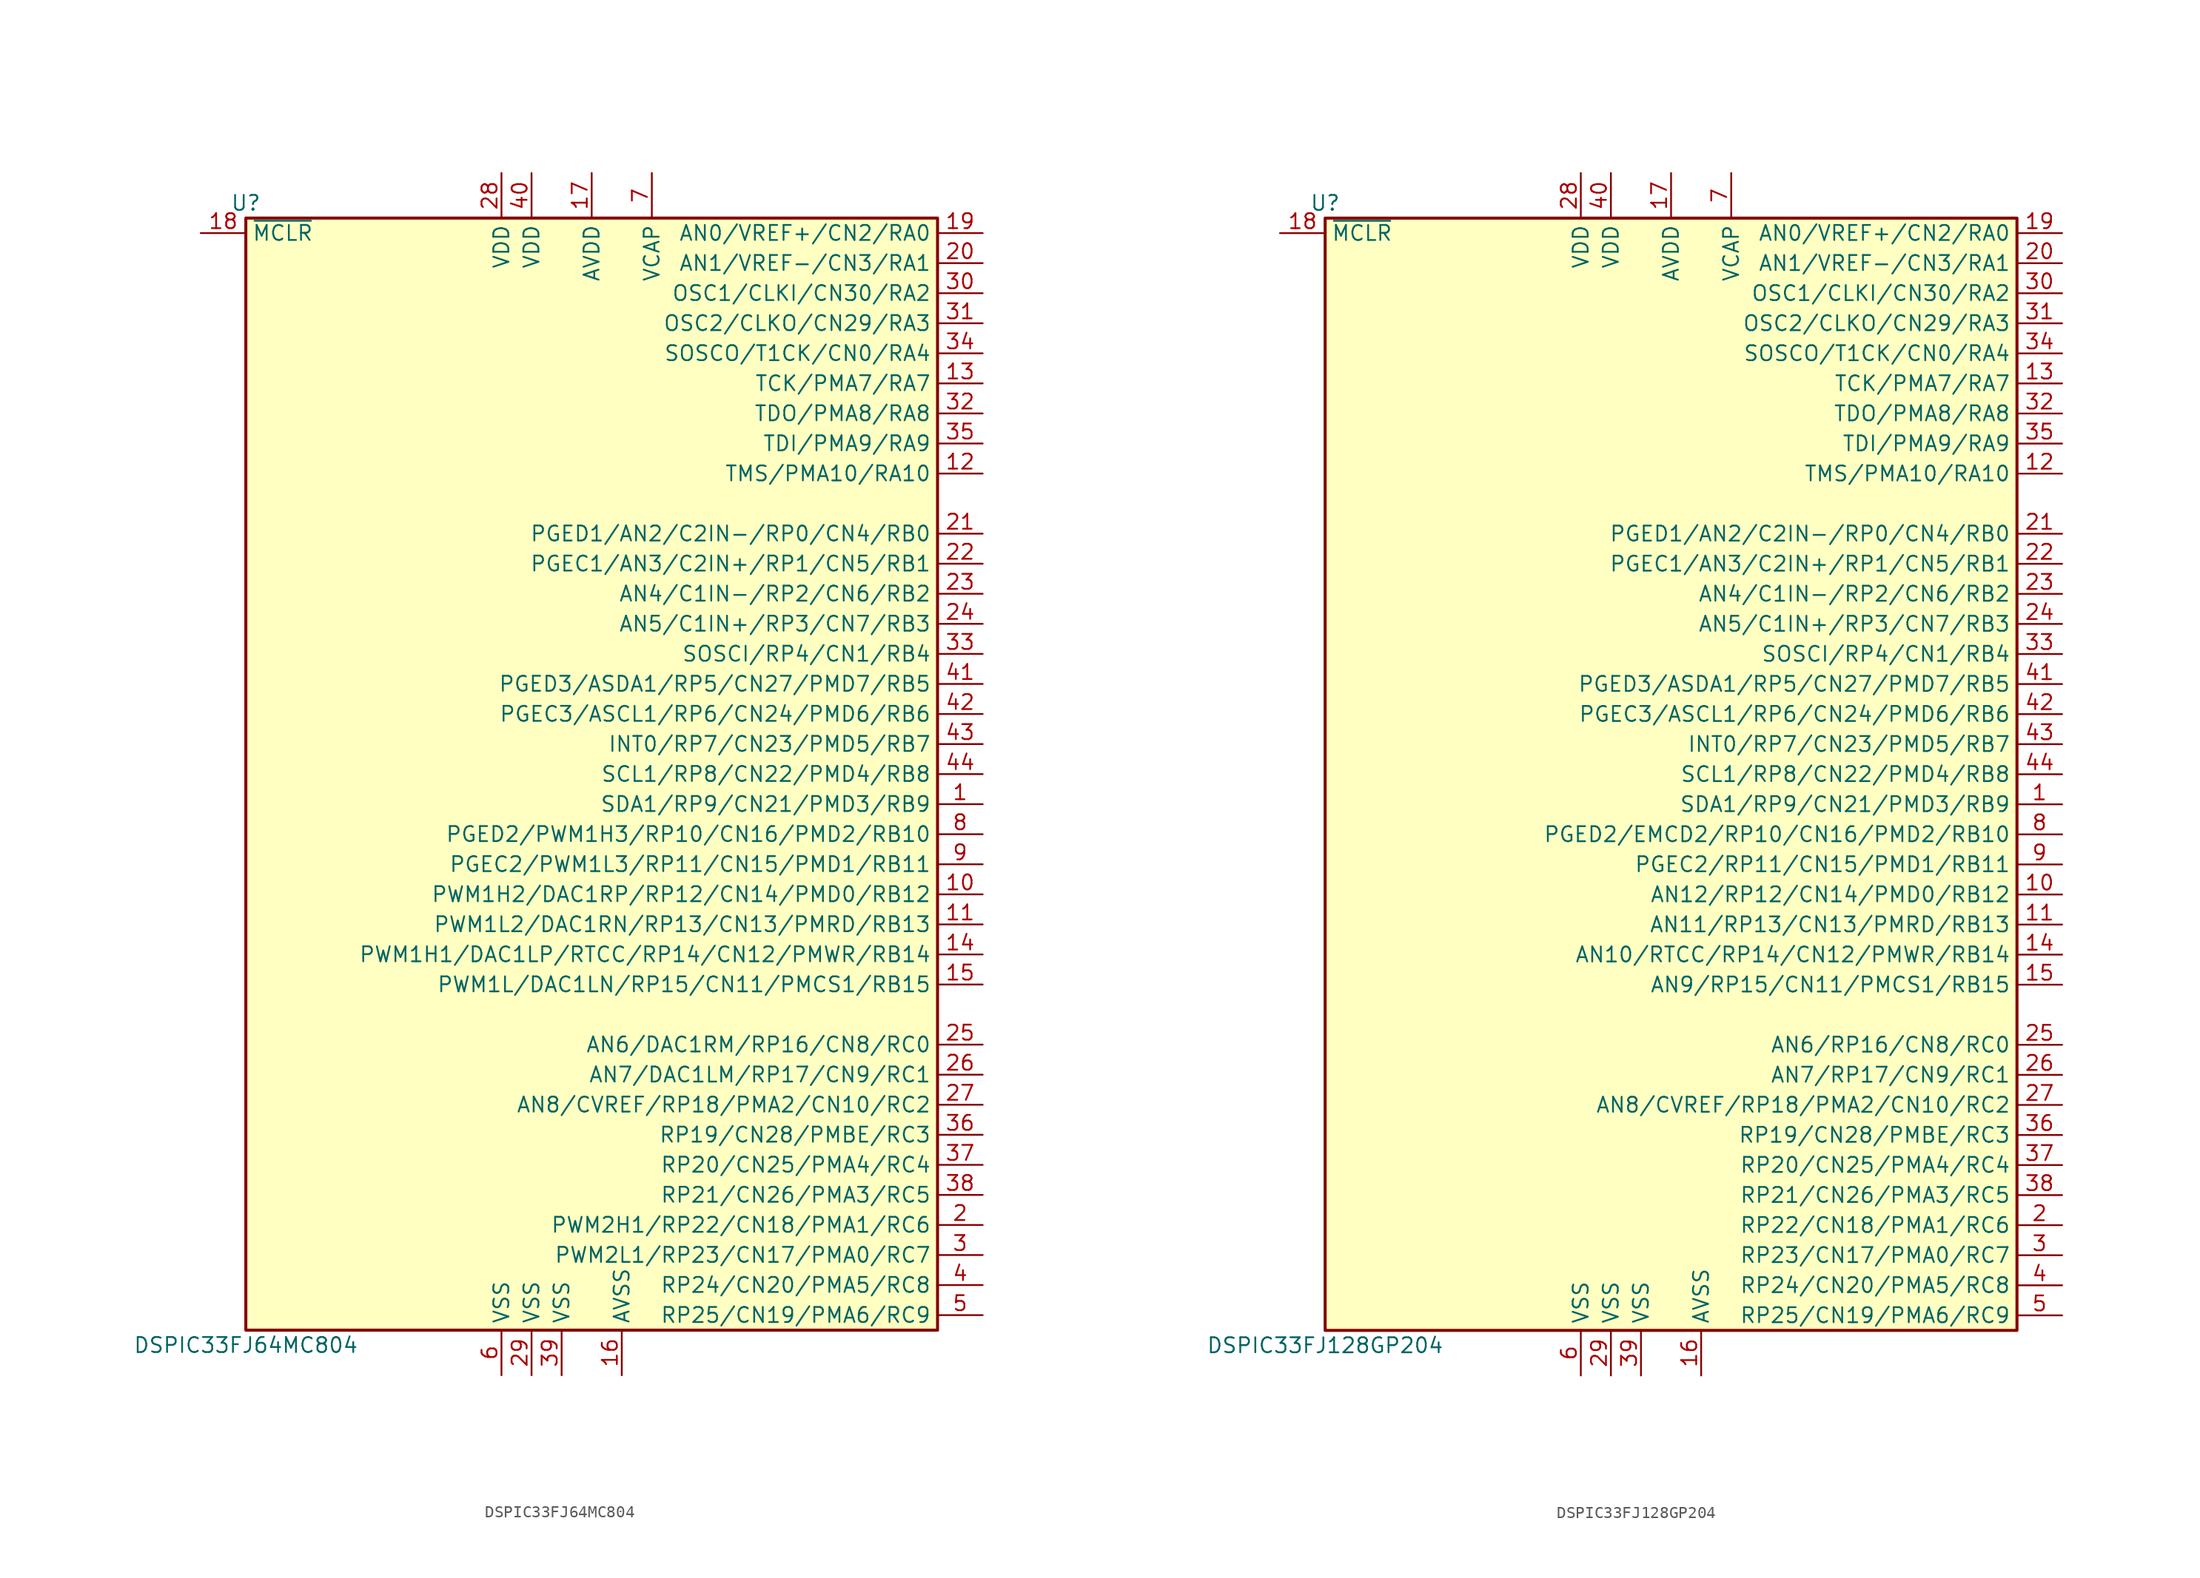
<source format=kicad_sym>
(kicad_symbol_lib
  (version 20211014)
  (generator kicad_symbol_editor)
  (symbol "DSPIC33FJ64MC804"
    (property "Reference" "U"
      (at -29.21 48.26 0)
      (effects (font (size 1.27 1.27))))
    (property "Value" "DSPIC33FJ64MC804"
      (at -29.21 -48.26 0)
      (effects (font (size 1.27 1.27))))
    (symbol "DSPIC33FJ64MC804_1_1"
      (rectangle (start -29.21 46.99) (end 29.21 -46.99) (stroke (width 0.254) (type default) (color 0 0 0 0)) (fill (type background)))
      (pin bidirectional line (at 33.02 -2.54 180) (length 3.81) (name "SDA1/RP9/CN21/PMD3/RB9" (effects (font (size 1.27 1.27)))) (number "1" (effects (font (size 1.27 1.27)))))
      (pin bidirectional line (at 33.02 -10.16 180) (length 3.81) (name "PWM1H2/DAC1RP/RP12/CN14/PMD0/RB12" (effects (font (size 1.27 1.27)))) (number "10" (effects (font (size 1.27 1.27)))))
      (pin bidirectional line (at 33.02 -12.7 180) (length 3.81) (name "PWM1L2/DAC1RN/RP13/CN13/PMRD/RB13" (effects (font (size 1.27 1.27)))) (number "11" (effects (font (size 1.27 1.27)))))
      (pin bidirectional line (at 33.02 25.4 180) (length 3.81) (name "TMS/PMA10/RA10" (effects (font (size 1.27 1.27)))) (number "12" (effects (font (size 1.27 1.27)))))
      (pin bidirectional line (at 33.02 33.02 180) (length 3.81) (name "TCK/PMA7/RA7" (effects (font (size 1.27 1.27)))) (number "13" (effects (font (size 1.27 1.27)))))
      (pin bidirectional line (at 33.02 -15.24 180) (length 3.81) (name "PWM1H1/DAC1LP/RTCC/RP14/CN12/PMWR/RB14" (effects (font (size 1.27 1.27)))) (number "14" (effects (font (size 1.27 1.27)))))
      (pin bidirectional line (at 33.02 -17.78 180) (length 3.81) (name "PWM1L/DAC1LN/RP15/CN11/PMCS1/RB15" (effects (font (size 1.27 1.27)))) (number "15" (effects (font (size 1.27 1.27)))))
      (pin power_in line (at 2.54 -50.8 90) (length 3.81) (name "AVSS" (effects (font (size 1.27 1.27)))) (number "16" (effects (font (size 1.27 1.27)))))
      (pin power_in line (at 0 50.8 270) (length 3.81) (name "AVDD" (effects (font (size 1.27 1.27)))) (number "17" (effects (font (size 1.27 1.27)))))
      (pin input line (at -33.02 45.72 0) (length 3.81) (name "~{MCLR}" (effects (font (size 1.27 1.27)))) (number "18" (effects (font (size 1.27 1.27)))))
      (pin bidirectional line (at 33.02 45.72 180) (length 3.81) (name "AN0/VREF+/CN2/RA0" (effects (font (size 1.27 1.27)))) (number "19" (effects (font (size 1.27 1.27)))))
      (pin bidirectional line (at 33.02 -38.1 180) (length 3.81) (name "PWM2H1/RP22/CN18/PMA1/RC6" (effects (font (size 1.27 1.27)))) (number "2" (effects (font (size 1.27 1.27)))))
      (pin bidirectional line (at 33.02 43.18 180) (length 3.81) (name "AN1/VREF-/CN3/RA1" (effects (font (size 1.27 1.27)))) (number "20" (effects (font (size 1.27 1.27)))))
      (pin bidirectional line (at 33.02 20.32 180) (length 3.81) (name "PGED1/AN2/C2IN-/RP0/CN4/RB0" (effects (font (size 1.27 1.27)))) (number "21" (effects (font (size 1.27 1.27)))))
      (pin bidirectional line (at 33.02 17.78 180) (length 3.81) (name "PGEC1/AN3/C2IN+/RP1/CN5/RB1" (effects (font (size 1.27 1.27)))) (number "22" (effects (font (size 1.27 1.27)))))
      (pin bidirectional line (at 33.02 15.24 180) (length 3.81) (name "AN4/C1IN-/RP2/CN6/RB2" (effects (font (size 1.27 1.27)))) (number "23" (effects (font (size 1.27 1.27)))))
      (pin bidirectional line (at 33.02 12.7 180) (length 3.81) (name "AN5/C1IN+/RP3/CN7/RB3" (effects (font (size 1.27 1.27)))) (number "24" (effects (font (size 1.27 1.27)))))
      (pin bidirectional line (at 33.02 -22.86 180) (length 3.81) (name "AN6/DAC1RM/RP16/CN8/RC0" (effects (font (size 1.27 1.27)))) (number "25" (effects (font (size 1.27 1.27)))))
      (pin bidirectional line (at 33.02 -25.4 180) (length 3.81) (name "AN7/DAC1LM/RP17/CN9/RC1" (effects (font (size 1.27 1.27)))) (number "26" (effects (font (size 1.27 1.27)))))
      (pin bidirectional line (at 33.02 -27.94 180) (length 3.81) (name "AN8/CVREF/RP18/PMA2/CN10/RC2" (effects (font (size 1.27 1.27)))) (number "27" (effects (font (size 1.27 1.27)))))
      (pin power_in line (at -7.62 50.8 270) (length 3.81) (name "VDD" (effects (font (size 1.27 1.27)))) (number "28" (effects (font (size 1.27 1.27)))))
      (pin power_in line (at -5.08 -50.8 90) (length 3.81) (name "VSS" (effects (font (size 1.27 1.27)))) (number "29" (effects (font (size 1.27 1.27)))))
      (pin bidirectional line (at 33.02 -40.64 180) (length 3.81) (name "PWM2L1/RP23/CN17/PMA0/RC7" (effects (font (size 1.27 1.27)))) (number "3" (effects (font (size 1.27 1.27)))))
      (pin input line (at 33.02 40.64 180) (length 3.81) (name "OSC1/CLKI/CN30/RA2" (effects (font (size 1.27 1.27)))) (number "30" (effects (font (size 1.27 1.27)))))
      (pin input line (at 33.02 38.1 180) (length 3.81) (name "OSC2/CLKO/CN29/RA3" (effects (font (size 1.27 1.27)))) (number "31" (effects (font (size 1.27 1.27)))))
      (pin input line (at 33.02 30.48 180) (length 3.81) (name "TDO/PMA8/RA8" (effects (font (size 1.27 1.27)))) (number "32" (effects (font (size 1.27 1.27)))))
      (pin input line (at 33.02 10.16 180) (length 3.81) (name "SOSCI/RP4/CN1/RB4" (effects (font (size 1.27 1.27)))) (number "33" (effects (font (size 1.27 1.27)))))
      (pin input line (at 33.02 35.56 180) (length 3.81) (name "SOSCO/T1CK/CN0/RA4" (effects (font (size 1.27 1.27)))) (number "34" (effects (font (size 1.27 1.27)))))
      (pin input line (at 33.02 27.94 180) (length 3.81) (name "TDI/PMA9/RA9" (effects (font (size 1.27 1.27)))) (number "35" (effects (font (size 1.27 1.27)))))
      (pin input line (at 33.02 -30.48 180) (length 3.81) (name "RP19/CN28/PMBE/RC3" (effects (font (size 1.27 1.27)))) (number "36" (effects (font (size 1.27 1.27)))))
      (pin input line (at 33.02 -33.02 180) (length 3.81) (name "RP20/CN25/PMA4/RC4" (effects (font (size 1.27 1.27)))) (number "37" (effects (font (size 1.27 1.27)))))
      (pin input line (at 33.02 -35.56 180) (length 3.81) (name "RP21/CN26/PMA3/RC5" (effects (font (size 1.27 1.27)))) (number "38" (effects (font (size 1.27 1.27)))))
      (pin power_in line (at -2.54 -50.8 90) (length 3.81) (name "VSS" (effects (font (size 1.27 1.27)))) (number "39" (effects (font (size 1.27 1.27)))))
      (pin bidirectional line (at 33.02 -43.18 180) (length 3.81) (name "RP24/CN20/PMA5/RC8" (effects (font (size 1.27 1.27)))) (number "4" (effects (font (size 1.27 1.27)))))
      (pin power_in line (at -5.08 50.8 270) (length 3.81) (name "VDD" (effects (font (size 1.27 1.27)))) (number "40" (effects (font (size 1.27 1.27)))))
      (pin input line (at 33.02 7.62 180) (length 3.81) (name "PGED3/ASDA1/RP5/CN27/PMD7/RB5" (effects (font (size 1.27 1.27)))) (number "41" (effects (font (size 1.27 1.27)))))
      (pin input line (at 33.02 5.08 180) (length 3.81) (name "PGEC3/ASCL1/RP6/CN24/PMD6/RB6" (effects (font (size 1.27 1.27)))) (number "42" (effects (font (size 1.27 1.27)))))
      (pin input line (at 33.02 2.54 180) (length 3.81) (name "INT0/RP7/CN23/PMD5/RB7" (effects (font (size 1.27 1.27)))) (number "43" (effects (font (size 1.27 1.27)))))
      (pin input line (at 33.02 0 180) (length 3.81) (name "SCL1/RP8/CN22/PMD4/RB8" (effects (font (size 1.27 1.27)))) (number "44" (effects (font (size 1.27 1.27)))))
      (pin bidirectional line (at 33.02 -45.72 180) (length 3.81) (name "RP25/CN19/PMA6/RC9" (effects (font (size 1.27 1.27)))) (number "5" (effects (font (size 1.27 1.27)))))
      (pin power_in line (at -7.62 -50.8 90) (length 3.81) (name "VSS" (effects (font (size 1.27 1.27)))) (number "6" (effects (font (size 1.27 1.27)))))
      (pin power_in line (at 5.08 50.8 270) (length 3.81) (name "VCAP" (effects (font (size 1.27 1.27)))) (number "7" (effects (font (size 1.27 1.27)))))
      (pin bidirectional line (at 33.02 -5.08 180) (length 3.81) (name "PGED2/PWM1H3/RP10/CN16/PMD2/RB10" (effects (font (size 1.27 1.27)))) (number "8" (effects (font (size 1.27 1.27)))))
      (pin bidirectional line (at 33.02 -7.62 180) (length 3.81) (name "PGEC2/PWM1L3/RP11/CN15/PMD1/RB11" (effects (font (size 1.27 1.27)))) (number "9" (effects (font (size 1.27 1.27)))))))
  (symbol "DSPIC33FJ128GP204"
    (property "Reference" "U"
      (at -29.21 48.26 0)
      (effects (font (size 1.27 1.27))))
    (property "Value" "DSPIC33FJ128GP204"
      (at -29.21 -48.26 0)
      (effects (font (size 1.27 1.27))))
    (symbol "DSPIC33FJ128GP204_1_1"
      (rectangle (start -29.21 46.99) (end 29.21 -46.99) (stroke (width 0.254) (type default) (color 0 0 0 0)) (fill (type background)))
      (pin bidirectional line (at 33.02 -2.54 180) (length 3.81) (name "SDA1/RP9/CN21/PMD3/RB9" (effects (font (size 1.27 1.27)))) (number "1" (effects (font (size 1.27 1.27)))))
      (pin bidirectional line (at 33.02 -10.16 180) (length 3.81) (name "AN12/RP12/CN14/PMD0/RB12" (effects (font (size 1.27 1.27)))) (number "10" (effects (font (size 1.27 1.27)))))
      (pin bidirectional line (at 33.02 -12.7 180) (length 3.81) (name "AN11/RP13/CN13/PMRD/RB13" (effects (font (size 1.27 1.27)))) (number "11" (effects (font (size 1.27 1.27)))))
      (pin bidirectional line (at 33.02 25.4 180) (length 3.81) (name "TMS/PMA10/RA10" (effects (font (size 1.27 1.27)))) (number "12" (effects (font (size 1.27 1.27)))))
      (pin bidirectional line (at 33.02 33.02 180) (length 3.81) (name "TCK/PMA7/RA7" (effects (font (size 1.27 1.27)))) (number "13" (effects (font (size 1.27 1.27)))))
      (pin bidirectional line (at 33.02 -15.24 180) (length 3.81) (name "AN10/RTCC/RP14/CN12/PMWR/RB14" (effects (font (size 1.27 1.27)))) (number "14" (effects (font (size 1.27 1.27)))))
      (pin bidirectional line (at 33.02 -17.78 180) (length 3.81) (name "AN9/RP15/CN11/PMCS1/RB15" (effects (font (size 1.27 1.27)))) (number "15" (effects (font (size 1.27 1.27)))))
      (pin power_in line (at 2.54 -50.8 90) (length 3.81) (name "AVSS" (effects (font (size 1.27 1.27)))) (number "16" (effects (font (size 1.27 1.27)))))
      (pin power_in line (at 0 50.8 270) (length 3.81) (name "AVDD" (effects (font (size 1.27 1.27)))) (number "17" (effects (font (size 1.27 1.27)))))
      (pin input line (at -33.02 45.72 0) (length 3.81) (name "~{MCLR}" (effects (font (size 1.27 1.27)))) (number "18" (effects (font (size 1.27 1.27)))))
      (pin bidirectional line (at 33.02 45.72 180) (length 3.81) (name "AN0/VREF+/CN2/RA0" (effects (font (size 1.27 1.27)))) (number "19" (effects (font (size 1.27 1.27)))))
      (pin bidirectional line (at 33.02 -38.1 180) (length 3.81) (name "RP22/CN18/PMA1/RC6" (effects (font (size 1.27 1.27)))) (number "2" (effects (font (size 1.27 1.27)))))
      (pin bidirectional line (at 33.02 43.18 180) (length 3.81) (name "AN1/VREF-/CN3/RA1" (effects (font (size 1.27 1.27)))) (number "20" (effects (font (size 1.27 1.27)))))
      (pin bidirectional line (at 33.02 20.32 180) (length 3.81) (name "PGED1/AN2/C2IN-/RP0/CN4/RB0" (effects (font (size 1.27 1.27)))) (number "21" (effects (font (size 1.27 1.27)))))
      (pin bidirectional line (at 33.02 17.78 180) (length 3.81) (name "PGEC1/AN3/C2IN+/RP1/CN5/RB1" (effects (font (size 1.27 1.27)))) (number "22" (effects (font (size 1.27 1.27)))))
      (pin bidirectional line (at 33.02 15.24 180) (length 3.81) (name "AN4/C1IN-/RP2/CN6/RB2" (effects (font (size 1.27 1.27)))) (number "23" (effects (font (size 1.27 1.27)))))
      (pin bidirectional line (at 33.02 12.7 180) (length 3.81) (name "AN5/C1IN+/RP3/CN7/RB3" (effects (font (size 1.27 1.27)))) (number "24" (effects (font (size 1.27 1.27)))))
      (pin bidirectional line (at 33.02 -22.86 180) (length 3.81) (name "AN6/RP16/CN8/RC0" (effects (font (size 1.27 1.27)))) (number "25" (effects (font (size 1.27 1.27)))))
      (pin bidirectional line (at 33.02 -25.4 180) (length 3.81) (name "AN7/RP17/CN9/RC1" (effects (font (size 1.27 1.27)))) (number "26" (effects (font (size 1.27 1.27)))))
      (pin bidirectional line (at 33.02 -27.94 180) (length 3.81) (name "AN8/CVREF/RP18/PMA2/CN10/RC2" (effects (font (size 1.27 1.27)))) (number "27" (effects (font (size 1.27 1.27)))))
      (pin power_in line (at -7.62 50.8 270) (length 3.81) (name "VDD" (effects (font (size 1.27 1.27)))) (number "28" (effects (font (size 1.27 1.27)))))
      (pin power_in line (at -5.08 -50.8 90) (length 3.81) (name "VSS" (effects (font (size 1.27 1.27)))) (number "29" (effects (font (size 1.27 1.27)))))
      (pin bidirectional line (at 33.02 -40.64 180) (length 3.81) (name "RP23/CN17/PMA0/RC7" (effects (font (size 1.27 1.27)))) (number "3" (effects (font (size 1.27 1.27)))))
      (pin input line (at 33.02 40.64 180) (length 3.81) (name "OSC1/CLKI/CN30/RA2" (effects (font (size 1.27 1.27)))) (number "30" (effects (font (size 1.27 1.27)))))
      (pin input line (at 33.02 38.1 180) (length 3.81) (name "OSC2/CLKO/CN29/RA3" (effects (font (size 1.27 1.27)))) (number "31" (effects (font (size 1.27 1.27)))))
      (pin input line (at 33.02 30.48 180) (length 3.81) (name "TDO/PMA8/RA8" (effects (font (size 1.27 1.27)))) (number "32" (effects (font (size 1.27 1.27)))))
      (pin input line (at 33.02 10.16 180) (length 3.81) (name "SOSCI/RP4/CN1/RB4" (effects (font (size 1.27 1.27)))) (number "33" (effects (font (size 1.27 1.27)))))
      (pin input line (at 33.02 35.56 180) (length 3.81) (name "SOSCO/T1CK/CN0/RA4" (effects (font (size 1.27 1.27)))) (number "34" (effects (font (size 1.27 1.27)))))
      (pin input line (at 33.02 27.94 180) (length 3.81) (name "TDI/PMA9/RA9" (effects (font (size 1.27 1.27)))) (number "35" (effects (font (size 1.27 1.27)))))
      (pin input line (at 33.02 -30.48 180) (length 3.81) (name "RP19/CN28/PMBE/RC3" (effects (font (size 1.27 1.27)))) (number "36" (effects (font (size 1.27 1.27)))))
      (pin input line (at 33.02 -33.02 180) (length 3.81) (name "RP20/CN25/PMA4/RC4" (effects (font (size 1.27 1.27)))) (number "37" (effects (font (size 1.27 1.27)))))
      (pin input line (at 33.02 -35.56 180) (length 3.81) (name "RP21/CN26/PMA3/RC5" (effects (font (size 1.27 1.27)))) (number "38" (effects (font (size 1.27 1.27)))))
      (pin power_in line (at -2.54 -50.8 90) (length 3.81) (name "VSS" (effects (font (size 1.27 1.27)))) (number "39" (effects (font (size 1.27 1.27)))))
      (pin bidirectional line (at 33.02 -43.18 180) (length 3.81) (name "RP24/CN20/PMA5/RC8" (effects (font (size 1.27 1.27)))) (number "4" (effects (font (size 1.27 1.27)))))
      (pin power_in line (at -5.08 50.8 270) (length 3.81) (name "VDD" (effects (font (size 1.27 1.27)))) (number "40" (effects (font (size 1.27 1.27)))))
      (pin input line (at 33.02 7.62 180) (length 3.81) (name "PGED3/ASDA1/RP5/CN27/PMD7/RB5" (effects (font (size 1.27 1.27)))) (number "41" (effects (font (size 1.27 1.27)))))
      (pin input line (at 33.02 5.08 180) (length 3.81) (name "PGEC3/ASCL1/RP6/CN24/PMD6/RB6" (effects (font (size 1.27 1.27)))) (number "42" (effects (font (size 1.27 1.27)))))
      (pin input line (at 33.02 2.54 180) (length 3.81) (name "INT0/RP7/CN23/PMD5/RB7" (effects (font (size 1.27 1.27)))) (number "43" (effects (font (size 1.27 1.27)))))
      (pin input line (at 33.02 0 180) (length 3.81) (name "SCL1/RP8/CN22/PMD4/RB8" (effects (font (size 1.27 1.27)))) (number "44" (effects (font (size 1.27 1.27)))))
      (pin bidirectional line (at 33.02 -45.72 180) (length 3.81) (name "RP25/CN19/PMA6/RC9" (effects (font (size 1.27 1.27)))) (number "5" (effects (font (size 1.27 1.27)))))
      (pin power_in line (at -7.62 -50.8 90) (length 3.81) (name "VSS" (effects (font (size 1.27 1.27)))) (number "6" (effects (font (size 1.27 1.27)))))
      (pin power_in line (at 5.08 50.8 270) (length 3.81) (name "VCAP" (effects (font (size 1.27 1.27)))) (number "7" (effects (font (size 1.27 1.27)))))
      (pin bidirectional line (at 33.02 -5.08 180) (length 3.81) (name "PGED2/EMCD2/RP10/CN16/PMD2/RB10" (effects (font (size 1.27 1.27)))) (number "8" (effects (font (size 1.27 1.27)))))
      (pin bidirectional line (at 33.02 -7.62 180) (length 3.81) (name "PGEC2/RP11/CN15/PMD1/RB11" (effects (font (size 1.27 1.27)))) (number "9" (effects (font (size 1.27 1.27))))))))
</source>
